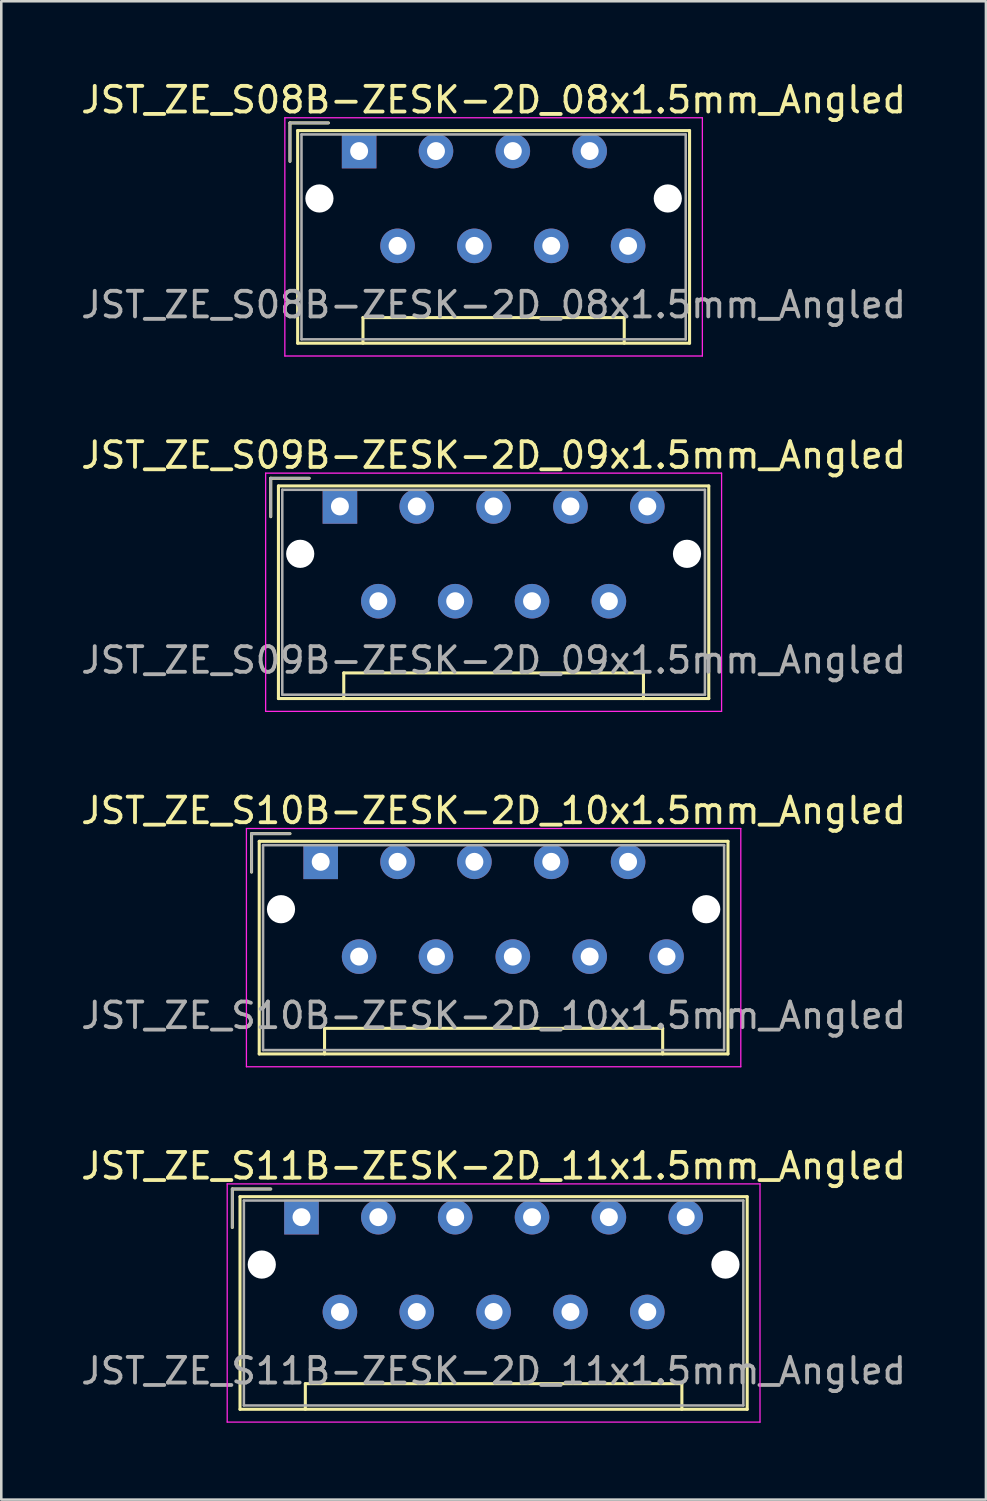
<source format=kicad_pcb>
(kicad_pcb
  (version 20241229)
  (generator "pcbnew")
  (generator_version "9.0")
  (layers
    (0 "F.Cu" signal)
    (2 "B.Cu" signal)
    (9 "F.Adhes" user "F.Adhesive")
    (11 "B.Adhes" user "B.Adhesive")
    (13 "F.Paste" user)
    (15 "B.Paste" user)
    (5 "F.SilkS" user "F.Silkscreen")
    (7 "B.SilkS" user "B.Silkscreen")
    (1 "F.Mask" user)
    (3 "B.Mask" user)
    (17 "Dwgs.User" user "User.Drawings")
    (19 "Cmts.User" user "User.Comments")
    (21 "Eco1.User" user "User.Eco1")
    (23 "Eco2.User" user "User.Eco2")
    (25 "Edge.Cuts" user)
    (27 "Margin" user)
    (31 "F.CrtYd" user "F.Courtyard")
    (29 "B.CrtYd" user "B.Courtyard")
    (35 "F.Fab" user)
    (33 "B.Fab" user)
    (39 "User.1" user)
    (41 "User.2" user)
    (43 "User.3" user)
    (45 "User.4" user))
  (footprint "JST_ZE_S09B-ZESK-2D_09x1.5mm_Angled"
    (layer "F.Cu")
    (at 10.22 16.721)
    (property "Reference" "JST_ZE_S09B-ZESK-2D_09x1.5mm_Angled" (at 6 -2 0) (layer "F.SilkS") (effects (font (size 1 1) (thickness 0.15))))
    (attr through_hole)
    (fp_line (start -2.7 -1.1) (end -1.2 -1.1) (stroke (width 0.12) (type solid)) (layer "F.SilkS"))
    (fp_line (start -2.7 0.4) (end -2.7 -1.1) (stroke (width 0.12) (type solid)) (layer "F.SilkS"))
    (fp_line (start -2.4 -0.8) (end -2.4 7.5) (stroke (width 0.12) (type solid)) (layer "F.SilkS"))
    (fp_line (start -2.4 7.5) (end 14.4 7.5) (stroke (width 0.12) (type solid)) (layer "F.SilkS"))
    (fp_line (start 0.15 6.5) (end 11.85 6.5) (stroke (width 0.12) (type solid)) (layer "F.SilkS"))
    (fp_line (start 0.15 7.5) (end 0.15 6.5) (stroke (width 0.12) (type solid)) (layer "F.SilkS"))
    (fp_line (start 11.85 6.5) (end 11.85 7.5) (stroke (width 0.12) (type solid)) (layer "F.SilkS"))
    (fp_line (start 14.4 -0.8) (end -2.4 -0.8) (stroke (width 0.12) (type solid)) (layer "F.SilkS"))
    (fp_line (start 14.4 7.5) (end 14.4 -0.8) (stroke (width 0.12) (type solid)) (layer "F.SilkS"))
    (fp_line (start -2.9 -1.3) (end -2.9 8) (stroke (width 0.05) (type solid)) (layer "F.CrtYd"))
    (fp_line (start -2.9 8) (end 14.9 8) (stroke (width 0.05) (type solid)) (layer "F.CrtYd"))
    (fp_line (start 14.9 -1.3) (end -2.9 -1.3) (stroke (width 0.05) (type solid)) (layer "F.CrtYd"))
    (fp_line (start 14.9 8) (end 14.9 -1.3) (stroke (width 0.05) (type solid)) (layer "F.CrtYd"))
    (fp_line (start -2.7 -1.1) (end -1.2 -1.1) (stroke (width 0.1) (type solid)) (layer "F.Fab"))
    (fp_line (start -2.7 0.4) (end -2.7 -1.1) (stroke (width 0.1) (type solid)) (layer "F.Fab"))
    (fp_line (start -2.25 -0.65) (end -2.25 7.35) (stroke (width 0.1) (type solid)) (layer "F.Fab"))
    (fp_line (start -2.25 7.35) (end 14.25 7.35) (stroke (width 0.1) (type solid)) (layer "F.Fab"))
    (fp_line (start 14.25 -0.65) (end -2.25 -0.65) (stroke (width 0.1) (type solid)) (layer "F.Fab"))
    (fp_line (start 14.25 7.35) (end 14.25 -0.65) (stroke (width 0.1) (type solid)) (layer "F.Fab"))
    (fp_text user "${REFERENCE}" (at 6 6 0) (layer "F.Fab") (effects (font (size 1 1) (thickness 0.15))))
    (pad "" np_thru_hole circle (at -1.55 1.85) (size 1.1 1.1) (drill 1.1) (layers "*.Cu"))
    (pad "" np_thru_hole circle (at 13.55 1.85) (size 1.1 1.1) (drill 1.1) (layers "*.Cu"))
    (pad "1" thru_hole rect (at 0 0) (size 1.35 1.35) (drill 0.7) (layers "*.Cu" "*.Mask"))
    (pad "2" thru_hole circle (at 1.5 3.7) (size 1.35 1.35) (drill 0.7) (layers "*.Cu" "*.Mask"))
    (pad "3" thru_hole circle (at 3 0) (size 1.35 1.35) (drill 0.7) (layers "*.Cu" "*.Mask"))
    (pad "4" thru_hole circle (at 4.5 3.7) (size 1.35 1.35) (drill 0.7) (layers "*.Cu" "*.Mask"))
    (pad "5" thru_hole circle (at 6 0) (size 1.35 1.35) (drill 0.7) (layers "*.Cu" "*.Mask"))
    (pad "6" thru_hole circle (at 7.5 3.7) (size 1.35 1.35) (drill 0.7) (layers "*.Cu" "*.Mask"))
    (pad "7" thru_hole circle (at 9 0) (size 1.35 1.35) (drill 0.7) (layers "*.Cu" "*.Mask"))
    (pad "8" thru_hole circle (at 10.5 3.7) (size 1.35 1.35) (drill 0.7) (layers "*.Cu" "*.Mask"))
    (pad "9" thru_hole circle (at 12 0) (size 1.35 1.35) (drill 0.7) (layers "*.Cu" "*.Mask")))
  (footprint "JST_ZE_S08B-ZESK-2D_08x1.5mm_Angled"
    (layer "F.Cu")
    (at 10.97 2.848)
    (property "Reference" "JST_ZE_S08B-ZESK-2D_08x1.5mm_Angled" (at 5.25 -2 0) (layer "F.SilkS") (effects (font (size 1 1) (thickness 0.15))))
    (attr through_hole)
    (fp_line (start -2.7 -1.1) (end -1.2 -1.1) (stroke (width 0.12) (type solid)) (layer "F.SilkS"))
    (fp_line (start -2.7 0.4) (end -2.7 -1.1) (stroke (width 0.12) (type solid)) (layer "F.SilkS"))
    (fp_line (start -2.4 -0.8) (end -2.4 7.5) (stroke (width 0.12) (type solid)) (layer "F.SilkS"))
    (fp_line (start -2.4 7.5) (end 12.9 7.5) (stroke (width 0.12) (type solid)) (layer "F.SilkS"))
    (fp_line (start 0.15 6.5) (end 10.35 6.5) (stroke (width 0.12) (type solid)) (layer "F.SilkS"))
    (fp_line (start 0.15 7.5) (end 0.15 6.5) (stroke (width 0.12) (type solid)) (layer "F.SilkS"))
    (fp_line (start 10.35 6.5) (end 10.35 7.5) (stroke (width 0.12) (type solid)) (layer "F.SilkS"))
    (fp_line (start 12.9 -0.8) (end -2.4 -0.8) (stroke (width 0.12) (type solid)) (layer "F.SilkS"))
    (fp_line (start 12.9 7.5) (end 12.9 -0.8) (stroke (width 0.12) (type solid)) (layer "F.SilkS"))
    (fp_line (start -2.9 -1.3) (end -2.9 8) (stroke (width 0.05) (type solid)) (layer "F.CrtYd"))
    (fp_line (start -2.9 8) (end 13.4 8) (stroke (width 0.05) (type solid)) (layer "F.CrtYd"))
    (fp_line (start 13.4 -1.3) (end -2.9 -1.3) (stroke (width 0.05) (type solid)) (layer "F.CrtYd"))
    (fp_line (start 13.4 8) (end 13.4 -1.3) (stroke (width 0.05) (type solid)) (layer "F.CrtYd"))
    (fp_line (start -2.7 -1.1) (end -1.2 -1.1) (stroke (width 0.1) (type solid)) (layer "F.Fab"))
    (fp_line (start -2.7 0.4) (end -2.7 -1.1) (stroke (width 0.1) (type solid)) (layer "F.Fab"))
    (fp_line (start -2.25 -0.65) (end -2.25 7.35) (stroke (width 0.1) (type solid)) (layer "F.Fab"))
    (fp_line (start -2.25 7.35) (end 12.75 7.35) (stroke (width 0.1) (type solid)) (layer "F.Fab"))
    (fp_line (start 12.75 -0.65) (end -2.25 -0.65) (stroke (width 0.1) (type solid)) (layer "F.Fab"))
    (fp_line (start 12.75 7.35) (end 12.75 -0.65) (stroke (width 0.1) (type solid)) (layer "F.Fab"))
    (fp_text user "${REFERENCE}" (at 5.25 6 0) (layer "F.Fab") (effects (font (size 1 1) (thickness 0.15))))
    (pad "" np_thru_hole circle (at -1.55 1.85) (size 1.1 1.1) (drill 1.1) (layers "*.Cu"))
    (pad "" np_thru_hole circle (at 12.05 1.85) (size 1.1 1.1) (drill 1.1) (layers "*.Cu"))
    (pad "1" thru_hole rect (at 0 0) (size 1.35 1.35) (drill 0.7) (layers "*.Cu" "*.Mask"))
    (pad "2" thru_hole circle (at 1.5 3.7) (size 1.35 1.35) (drill 0.7) (layers "*.Cu" "*.Mask"))
    (pad "3" thru_hole circle (at 3 0) (size 1.35 1.35) (drill 0.7) (layers "*.Cu" "*.Mask"))
    (pad "4" thru_hole circle (at 4.5 3.7) (size 1.35 1.35) (drill 0.7) (layers "*.Cu" "*.Mask"))
    (pad "5" thru_hole circle (at 6 0) (size 1.35 1.35) (drill 0.7) (layers "*.Cu" "*.Mask"))
    (pad "6" thru_hole circle (at 7.5 3.7) (size 1.35 1.35) (drill 0.7) (layers "*.Cu" "*.Mask"))
    (pad "7" thru_hole circle (at 9 0) (size 1.35 1.35) (drill 0.7) (layers "*.Cu" "*.Mask"))
    (pad "8" thru_hole circle (at 10.5 3.7) (size 1.35 1.35) (drill 0.7) (layers "*.Cu" "*.Mask")))
  (footprint "JST_ZE_S11B-ZESK-2D_11x1.5mm_Angled"
    (layer "F.Cu")
    (at 8.72 44.468)
    (property "Reference" "JST_ZE_S11B-ZESK-2D_11x1.5mm_Angled" (at 7.5 -2 0) (layer "F.SilkS") (effects (font (size 1 1) (thickness 0.15))))
    (attr through_hole)
    (fp_line (start -2.7 -1.1) (end -1.2 -1.1) (stroke (width 0.12) (type solid)) (layer "F.SilkS"))
    (fp_line (start -2.7 0.4) (end -2.7 -1.1) (stroke (width 0.12) (type solid)) (layer "F.SilkS"))
    (fp_line (start -2.4 -0.8) (end -2.4 7.5) (stroke (width 0.12) (type solid)) (layer "F.SilkS"))
    (fp_line (start -2.4 7.5) (end 17.4 7.5) (stroke (width 0.12) (type solid)) (layer "F.SilkS"))
    (fp_line (start 0.15 6.5) (end 14.85 6.5) (stroke (width 0.12) (type solid)) (layer "F.SilkS"))
    (fp_line (start 0.15 7.5) (end 0.15 6.5) (stroke (width 0.12) (type solid)) (layer "F.SilkS"))
    (fp_line (start 14.85 6.5) (end 14.85 7.5) (stroke (width 0.12) (type solid)) (layer "F.SilkS"))
    (fp_line (start 17.4 -0.8) (end -2.4 -0.8) (stroke (width 0.12) (type solid)) (layer "F.SilkS"))
    (fp_line (start 17.4 7.5) (end 17.4 -0.8) (stroke (width 0.12) (type solid)) (layer "F.SilkS"))
    (fp_line (start -2.9 -1.3) (end -2.9 8) (stroke (width 0.05) (type solid)) (layer "F.CrtYd"))
    (fp_line (start -2.9 8) (end 17.9 8) (stroke (width 0.05) (type solid)) (layer "F.CrtYd"))
    (fp_line (start 17.9 -1.3) (end -2.9 -1.3) (stroke (width 0.05) (type solid)) (layer "F.CrtYd"))
    (fp_line (start 17.9 8) (end 17.9 -1.3) (stroke (width 0.05) (type solid)) (layer "F.CrtYd"))
    (fp_line (start -2.7 -1.1) (end -1.2 -1.1) (stroke (width 0.1) (type solid)) (layer "F.Fab"))
    (fp_line (start -2.7 0.4) (end -2.7 -1.1) (stroke (width 0.1) (type solid)) (layer "F.Fab"))
    (fp_line (start -2.25 -0.65) (end -2.25 7.35) (stroke (width 0.1) (type solid)) (layer "F.Fab"))
    (fp_line (start -2.25 7.35) (end 17.25 7.35) (stroke (width 0.1) (type solid)) (layer "F.Fab"))
    (fp_line (start 17.25 -0.65) (end -2.25 -0.65) (stroke (width 0.1) (type solid)) (layer "F.Fab"))
    (fp_line (start 17.25 7.35) (end 17.25 -0.65) (stroke (width 0.1) (type solid)) (layer "F.Fab"))
    (fp_text user "${REFERENCE}" (at 7.5 6 0) (layer "F.Fab") (effects (font (size 1 1) (thickness 0.15))))
    (pad "" np_thru_hole circle (at -1.55 1.85) (size 1.1 1.1) (drill 1.1) (layers "*.Cu"))
    (pad "" np_thru_hole circle (at 16.55 1.85) (size 1.1 1.1) (drill 1.1) (layers "*.Cu"))
    (pad "1" thru_hole rect (at 0 0) (size 1.35 1.35) (drill 0.7) (layers "*.Cu" "*.Mask"))
    (pad "2" thru_hole circle (at 1.5 3.7) (size 1.35 1.35) (drill 0.7) (layers "*.Cu" "*.Mask"))
    (pad "3" thru_hole circle (at 3 0) (size 1.35 1.35) (drill 0.7) (layers "*.Cu" "*.Mask"))
    (pad "4" thru_hole circle (at 4.5 3.7) (size 1.35 1.35) (drill 0.7) (layers "*.Cu" "*.Mask"))
    (pad "5" thru_hole circle (at 6 0) (size 1.35 1.35) (drill 0.7) (layers "*.Cu" "*.Mask"))
    (pad "6" thru_hole circle (at 7.5 3.7) (size 1.35 1.35) (drill 0.7) (layers "*.Cu" "*.Mask"))
    (pad "7" thru_hole circle (at 9 0) (size 1.35 1.35) (drill 0.7) (layers "*.Cu" "*.Mask"))
    (pad "8" thru_hole circle (at 10.5 3.7) (size 1.35 1.35) (drill 0.7) (layers "*.Cu" "*.Mask"))
    (pad "9" thru_hole circle (at 12 0) (size 1.35 1.35) (drill 0.7) (layers "*.Cu" "*.Mask"))
    (pad "10" thru_hole circle (at 13.5 3.7) (size 1.35 1.35) (drill 0.7) (layers "*.Cu" "*.Mask"))
    (pad "11" thru_hole circle (at 15 0) (size 1.35 1.35) (drill 0.7) (layers "*.Cu" "*.Mask")))
  (footprint "JST_ZE_S10B-ZESK-2D_10x1.5mm_Angled"
    (layer "F.Cu")
    (at 9.47 30.595)
    (property "Reference" "JST_ZE_S10B-ZESK-2D_10x1.5mm_Angled" (at 6.75 -2 0) (layer "F.SilkS") (effects (font (size 1 1) (thickness 0.15))))
    (attr through_hole)
    (fp_line (start -2.7 -1.1) (end -1.2 -1.1) (stroke (width 0.12) (type solid)) (layer "F.SilkS"))
    (fp_line (start -2.7 0.4) (end -2.7 -1.1) (stroke (width 0.12) (type solid)) (layer "F.SilkS"))
    (fp_line (start -2.4 -0.8) (end -2.4 7.5) (stroke (width 0.12) (type solid)) (layer "F.SilkS"))
    (fp_line (start -2.4 7.5) (end 15.9 7.5) (stroke (width 0.12) (type solid)) (layer "F.SilkS"))
    (fp_line (start 0.15 6.5) (end 13.35 6.5) (stroke (width 0.12) (type solid)) (layer "F.SilkS"))
    (fp_line (start 0.15 7.5) (end 0.15 6.5) (stroke (width 0.12) (type solid)) (layer "F.SilkS"))
    (fp_line (start 13.35 6.5) (end 13.35 7.5) (stroke (width 0.12) (type solid)) (layer "F.SilkS"))
    (fp_line (start 15.9 -0.8) (end -2.4 -0.8) (stroke (width 0.12) (type solid)) (layer "F.SilkS"))
    (fp_line (start 15.9 7.5) (end 15.9 -0.8) (stroke (width 0.12) (type solid)) (layer "F.SilkS"))
    (fp_line (start -2.9 -1.3) (end -2.9 8) (stroke (width 0.05) (type solid)) (layer "F.CrtYd"))
    (fp_line (start -2.9 8) (end 16.4 8) (stroke (width 0.05) (type solid)) (layer "F.CrtYd"))
    (fp_line (start 16.4 -1.3) (end -2.9 -1.3) (stroke (width 0.05) (type solid)) (layer "F.CrtYd"))
    (fp_line (start 16.4 8) (end 16.4 -1.3) (stroke (width 0.05) (type solid)) (layer "F.CrtYd"))
    (fp_line (start -2.7 -1.1) (end -1.2 -1.1) (stroke (width 0.1) (type solid)) (layer "F.Fab"))
    (fp_line (start -2.7 0.4) (end -2.7 -1.1) (stroke (width 0.1) (type solid)) (layer "F.Fab"))
    (fp_line (start -2.25 -0.65) (end -2.25 7.35) (stroke (width 0.1) (type solid)) (layer "F.Fab"))
    (fp_line (start -2.25 7.35) (end 15.75 7.35) (stroke (width 0.1) (type solid)) (layer "F.Fab"))
    (fp_line (start 15.75 -0.65) (end -2.25 -0.65) (stroke (width 0.1) (type solid)) (layer "F.Fab"))
    (fp_line (start 15.75 7.35) (end 15.75 -0.65) (stroke (width 0.1) (type solid)) (layer "F.Fab"))
    (fp_text user "${REFERENCE}" (at 6.75 6 0) (layer "F.Fab") (effects (font (size 1 1) (thickness 0.15))))
    (pad "" np_thru_hole circle (at -1.55 1.85) (size 1.1 1.1) (drill 1.1) (layers "*.Cu"))
    (pad "" np_thru_hole circle (at 15.05 1.85) (size 1.1 1.1) (drill 1.1) (layers "*.Cu"))
    (pad "1" thru_hole rect (at 0 0) (size 1.35 1.35) (drill 0.7) (layers "*.Cu" "*.Mask"))
    (pad "2" thru_hole circle (at 1.5 3.7) (size 1.35 1.35) (drill 0.7) (layers "*.Cu" "*.Mask"))
    (pad "3" thru_hole circle (at 3 0) (size 1.35 1.35) (drill 0.7) (layers "*.Cu" "*.Mask"))
    (pad "4" thru_hole circle (at 4.5 3.7) (size 1.35 1.35) (drill 0.7) (layers "*.Cu" "*.Mask"))
    (pad "5" thru_hole circle (at 6 0) (size 1.35 1.35) (drill 0.7) (layers "*.Cu" "*.Mask"))
    (pad "6" thru_hole circle (at 7.5 3.7) (size 1.35 1.35) (drill 0.7) (layers "*.Cu" "*.Mask"))
    (pad "7" thru_hole circle (at 9 0) (size 1.35 1.35) (drill 0.7) (layers "*.Cu" "*.Mask"))
    (pad "8" thru_hole circle (at 10.5 3.7) (size 1.35 1.35) (drill 0.7) (layers "*.Cu" "*.Mask"))
    (pad "9" thru_hole circle (at 12 0) (size 1.35 1.35) (drill 0.7) (layers "*.Cu" "*.Mask"))
    (pad "10" thru_hole circle (at 13.5 3.7) (size 1.35 1.35) (drill 0.7) (layers "*.Cu" "*.Mask")))
  (gr_rect
    (start -3 -3)
    (end 35.44 55.493)
    (stroke (width 0.1) (type default))
    (fill no)
    (layer "Edge.Cuts")))
</source>
